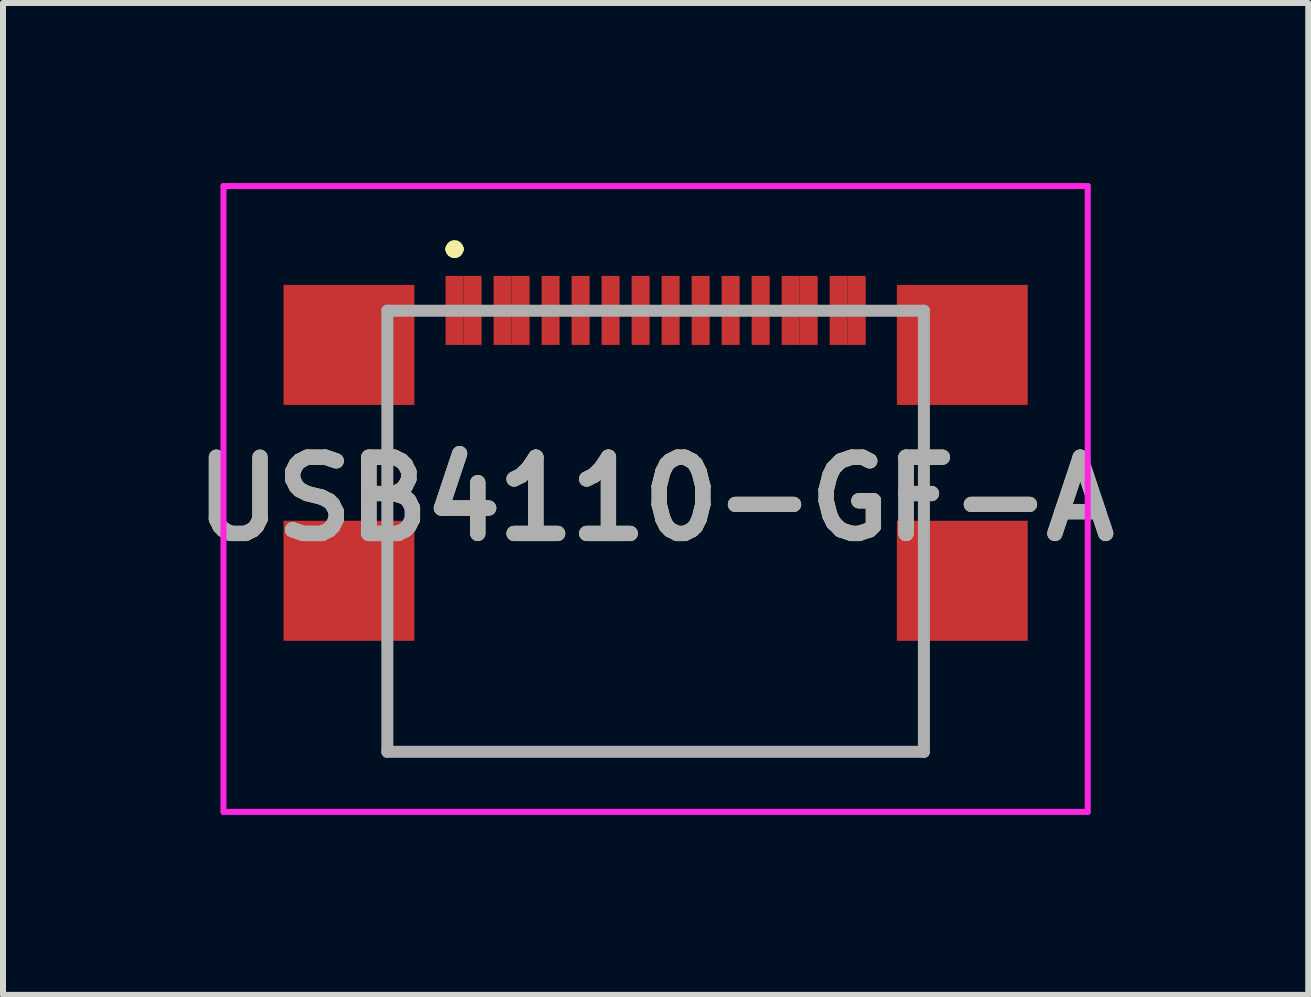
<source format=kicad_pcb>
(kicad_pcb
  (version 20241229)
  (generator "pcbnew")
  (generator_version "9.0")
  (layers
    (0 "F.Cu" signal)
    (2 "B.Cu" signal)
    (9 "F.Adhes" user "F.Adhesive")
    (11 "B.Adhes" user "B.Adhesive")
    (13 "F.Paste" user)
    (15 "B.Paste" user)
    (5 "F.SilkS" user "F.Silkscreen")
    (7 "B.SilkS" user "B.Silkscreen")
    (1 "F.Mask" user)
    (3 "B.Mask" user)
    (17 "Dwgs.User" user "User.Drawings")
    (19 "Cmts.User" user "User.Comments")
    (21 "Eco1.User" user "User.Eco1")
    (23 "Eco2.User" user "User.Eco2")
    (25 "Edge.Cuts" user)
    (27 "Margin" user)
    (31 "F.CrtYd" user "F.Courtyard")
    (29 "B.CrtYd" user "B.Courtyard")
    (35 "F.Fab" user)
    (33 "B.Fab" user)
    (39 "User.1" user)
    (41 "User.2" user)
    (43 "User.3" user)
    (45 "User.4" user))
  (footprint "USB4110-GF-A"
    (layer "F.Cu")
    (at 7.874 5.8)
    (property "Reference" "USB4110-GF-A" (at 0 -0.536 0) (layer "F.SilkS") (effects (font (size 1.27 1.27) (thickness 0.254))))
    (attr through_hole)
    (fp_line (start -4.5 -1.5) (end -4.5 -0.75) (stroke (width 0.1) (type solid)) (layer "F.SilkS"))
    (fp_line (start -4.5 -0.75) (end -4.47 -0.75) (stroke (width 0.1) (type solid)) (layer "F.SilkS"))
    (fp_line (start -4.47 -1.5) (end -4.5 -1.5) (stroke (width 0.1) (type solid)) (layer "F.SilkS"))
    (fp_line (start -4.47 -0.75) (end -4.47 -1.5) (stroke (width 0.1) (type solid)) (layer "F.SilkS"))
    (fp_line (start -4.47 2.5) (end -4.47 2.5) (stroke (width 0.1) (type solid)) (layer "F.SilkS"))
    (fp_line (start -4.47 2.5) (end -4.47 3.677) (stroke (width 0.1) (type solid)) (layer "F.SilkS"))
    (fp_line (start -4.47 3.677) (end -4.47 2.5) (stroke (width 0.1) (type solid)) (layer "F.SilkS"))
    (fp_line (start -4.47 3.677) (end -4.47 3.677) (stroke (width 0.1) (type solid)) (layer "F.SilkS"))
    (fp_line (start -4.47 3.677) (end -4.47 3.677) (stroke (width 0.1) (type solid)) (layer "F.SilkS"))
    (fp_line (start -4.47 3.677) (end 4.47 3.677) (stroke (width 0.1) (type solid)) (layer "F.SilkS"))
    (fp_line (start -3.4 -4.7) (end -3.4 -4.7) (stroke (width 0.2) (type solid)) (layer "F.SilkS"))
    (fp_line (start -3.4 -4.7) (end -3.4 -4.7) (stroke (width 0.2) (type solid)) (layer "F.SilkS"))
    (fp_line (start -3.3 -4.7) (end -3.3 -4.7) (stroke (width 0.2) (type solid)) (layer "F.SilkS"))
    (fp_line (start 4.47 -1.75) (end 4.47 -1.75) (stroke (width 0.1) (type solid)) (layer "F.SilkS"))
    (fp_line (start 4.47 -1.75) (end 4.47 -0.75) (stroke (width 0.1) (type solid)) (layer "F.SilkS"))
    (fp_line (start 4.47 -0.75) (end 4.47 -1.75) (stroke (width 0.1) (type solid)) (layer "F.SilkS"))
    (fp_line (start 4.47 -0.75) (end 4.47 -0.75) (stroke (width 0.1) (type solid)) (layer "F.SilkS"))
    (fp_line (start 4.47 2.25) (end 4.47 2.25) (stroke (width 0.1) (type solid)) (layer "F.SilkS"))
    (fp_line (start 4.47 2.25) (end 4.47 3.677) (stroke (width 0.1) (type solid)) (layer "F.SilkS"))
    (fp_line (start 4.47 3.677) (end -4.47 3.677) (stroke (width 0.1) (type solid)) (layer "F.SilkS"))
    (fp_line (start 4.47 3.677) (end 4.47 2.25) (stroke (width 0.1) (type solid)) (layer "F.SilkS"))
    (fp_line (start 4.47 3.677) (end 4.47 3.677) (stroke (width 0.1) (type solid)) (layer "F.SilkS"))
    (fp_line (start 4.47 3.677) (end 4.47 3.677) (stroke (width 0.1) (type solid)) (layer "F.SilkS"))
    (fp_arc (start -3.4 -4.7) (mid -3.35 -4.75) (end -3.3 -4.7) (stroke (width 0.2) (type solid)) (layer "F.SilkS"))
    (fp_arc (start -3.3 -4.7) (mid -3.35 -4.65) (end -3.4 -4.7) (stroke (width 0.2) (type solid)) (layer "F.SilkS"))
    (fp_arc (start -3.3 -4.7) (mid -3.35 -4.65) (end -3.4 -4.7) (stroke (width 0.2) (type solid)) (layer "F.SilkS"))
    (fp_line (start -7.2 -5.75) (end 7.2 -5.75) (stroke (width 0.1) (type solid)) (layer "F.CrtYd"))
    (fp_line (start -7.2 4.677) (end -7.2 -5.75) (stroke (width 0.1) (type solid)) (layer "F.CrtYd"))
    (fp_line (start 7.2 -5.75) (end 7.2 4.677) (stroke (width 0.1) (type solid)) (layer "F.CrtYd"))
    (fp_line (start 7.2 4.677) (end -7.2 4.677) (stroke (width 0.1) (type solid)) (layer "F.CrtYd"))
    (fp_line (start -4.47 -3.673) (end -4.47 3.677) (stroke (width 0.2) (type solid)) (layer "F.Fab"))
    (fp_line (start -4.47 3.677) (end 4.47 3.677) (stroke (width 0.2) (type solid)) (layer "F.Fab"))
    (fp_line (start 4.47 -3.673) (end -4.47 -3.673) (stroke (width 0.2) (type solid)) (layer "F.Fab"))
    (fp_line (start 4.47 3.677) (end 4.47 -3.673) (stroke (width 0.2) (type solid)) (layer "F.Fab"))
    (fp_text user "${REFERENCE}" (at 0 -0.536 0) (layer "F.Fab") (effects (font (size 1.27 1.27) (thickness 0.254))))
    (pad "" np_thru_hole circle (at -2.89 -2.603) (size 0.001 0.001) (drill 0.65) (layers "*.Cu" "*.Mask"))
    (pad "" np_thru_hole circle (at 2.89 -2.603) (size 0.001 0.001) (drill 0.65) (layers "*.Cu" "*.Mask"))
    (pad "A1" smd rect (at -3.35 -3.678) (size 0.3 1.15) (layers "F.Cu" "F.Mask" "F.Paste"))
    (pad "A4" smd rect (at -2.55 -3.678) (size 0.3 1.15) (layers "F.Cu" "F.Mask" "F.Paste"))
    (pad "A5" smd rect (at -1.25 -3.678) (size 0.3 1.15) (layers "F.Cu" "F.Mask" "F.Paste"))
    (pad "A6" smd rect (at -0.25 -3.678) (size 0.3 1.15) (layers "F.Cu" "F.Mask" "F.Paste"))
    (pad "A7" smd rect (at 0.25 -3.678) (size 0.3 1.15) (layers "F.Cu" "F.Mask" "F.Paste"))
    (pad "A8" smd rect (at 1.25 -3.678) (size 0.3 1.15) (layers "F.Cu" "F.Mask" "F.Paste"))
    (pad "A9" smd rect (at 2.55 -3.678) (size 0.3 1.15) (layers "F.Cu" "F.Mask" "F.Paste"))
    (pad "A12" smd rect (at 3.35 -3.678) (size 0.3 1.15) (layers "F.Cu" "F.Mask" "F.Paste"))
    (pad "B1" smd rect (at 3.05 -3.678) (size 0.3 1.15) (layers "F.Cu" "F.Mask" "F.Paste"))
    (pad "B4" smd rect (at 2.25 -3.678) (size 0.3 1.15) (layers "F.Cu" "F.Mask" "F.Paste"))
    (pad "B5" smd rect (at 1.75 -3.678) (size 0.3 1.15) (layers "F.Cu" "F.Mask" "F.Paste"))
    (pad "B6" smd rect (at 0.75 -3.678) (size 0.3 1.15) (layers "F.Cu" "F.Mask" "F.Paste"))
    (pad "B7" smd rect (at -0.75 -3.678) (size 0.3 1.15) (layers "F.Cu" "F.Mask" "F.Paste"))
    (pad "B8" smd rect (at -1.75 -3.678) (size 0.3 1.15) (layers "F.Cu" "F.Mask" "F.Paste"))
    (pad "B9" smd rect (at -2.25 -3.678) (size 0.3 1.15) (layers "F.Cu" "F.Mask" "F.Paste"))
    (pad "B12" smd rect (at -3.05 -3.678) (size 0.3 1.15) (layers "F.Cu" "F.Mask" "F.Paste"))
    (pad "S1" smd rect (at -5.11 -3.103 90) (size 2 2.18) (layers "F.Cu" "F.Mask" "F.Paste"))
    (pad "S1" smd rect (at -5.11 0.827 90) (size 2 2.18) (layers "F.Cu" "F.Mask" "F.Paste"))
    (pad "S1" smd rect (at 5.11 -3.103 90) (size 2 2.18) (layers "F.Cu" "F.Mask" "F.Paste"))
    (pad "S1" smd rect (at 5.11 0.827 90) (size 2 2.18) (layers "F.Cu" "F.Mask" "F.Paste")))
  (gr_rect
    (start -3 -3)
    (end 18.748 13.527)
    (stroke (width 0.1) (type default))
    (fill no)
    (layer "Edge.Cuts")))
</source>
